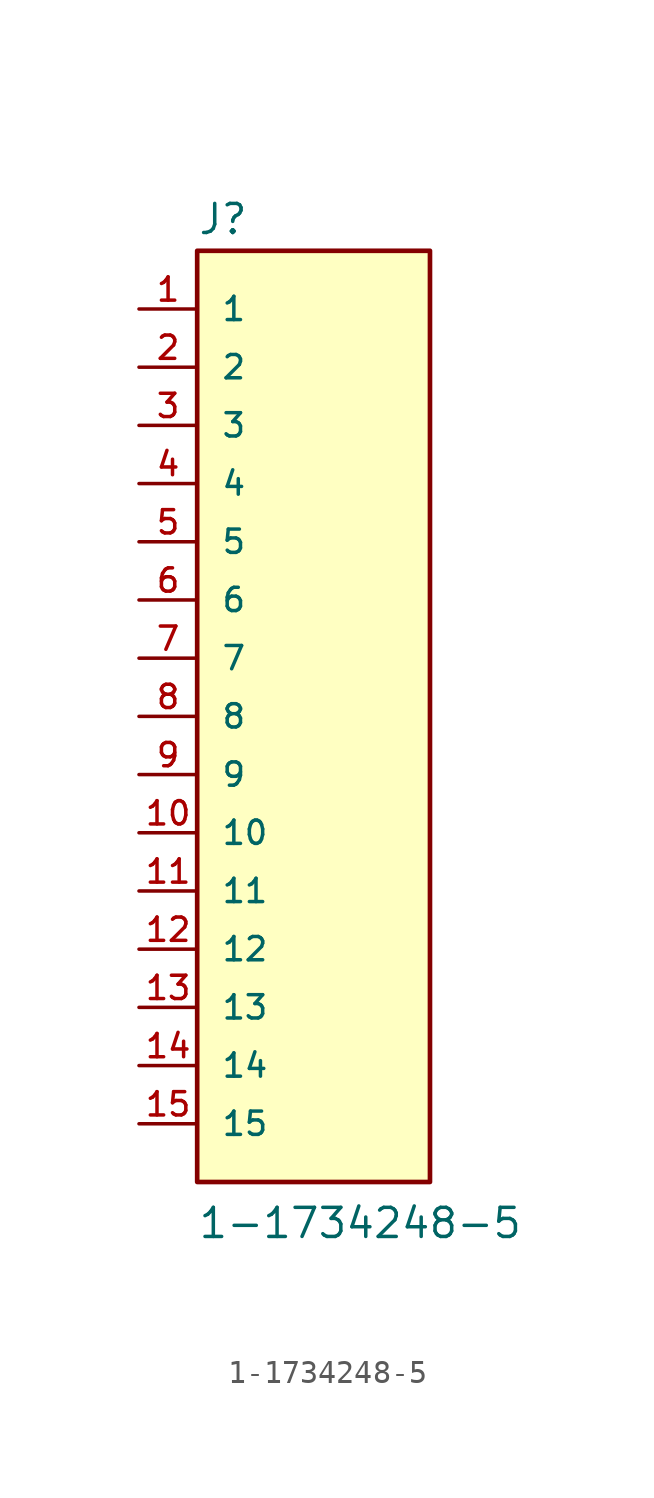
<source format=kicad_sym>
(kicad_symbol_lib
  (version 20241209)
  (generator "kicad_symbol_editor")
  (generator_version "9.0")
  (symbol "1-1734248-5"
    (pin_names
      (offset 1.016))
    (property "Reference" "J"
      (at -5.08 20.955 0)
      (effects (font (size 1.27 1.27)) (justify left bottom)))
    (property "Value" "1-1734248-5"
      (at -5.08 -22.86 0)
      (effects (font (size 1.27 1.27)) (justify left bottom)))
    (symbol "1-1734248-5_0_0"
      (rectangle (start -5.08 -20.32) (end 5.08 20.32) (stroke (width 0.203) (type default)) (fill (type background)))
      (pin passive line (at -7.62 17.78 0) (length 2.54) (name "1" (effects (font (size 1.016 1.016)))) (number "1" (effects (font (size 1.016 1.016)))))
      (pin passive line (at -7.62 17.78 0) (length 2.54) (hide yes) (name "1" (effects (font (size 1.016 1.016)))) (number "1_1" (effects (font (size 1.016 1.016)))))
      (pin passive line (at -7.62 15.24 0) (length 2.54) (name "2" (effects (font (size 1.016 1.016)))) (number "2" (effects (font (size 1.016 1.016)))))
      (pin passive line (at -7.62 15.24 0) (length 2.54) (hide yes) (name "2" (effects (font (size 1.016 1.016)))) (number "2_1" (effects (font (size 1.016 1.016)))))
      (pin passive line (at -7.62 12.7 0) (length 2.54) (name "3" (effects (font (size 1.016 1.016)))) (number "3" (effects (font (size 1.016 1.016)))))
      (pin passive line (at -7.62 12.7 0) (length 2.54) (hide yes) (name "3" (effects (font (size 1.016 1.016)))) (number "3_1" (effects (font (size 1.016 1.016)))))
      (pin passive line (at -7.62 10.16 0) (length 2.54) (name "4" (effects (font (size 1.016 1.016)))) (number "4" (effects (font (size 1.016 1.016)))))
      (pin passive line (at -7.62 10.16 0) (length 2.54) (hide yes) (name "4" (effects (font (size 1.016 1.016)))) (number "4_1" (effects (font (size 1.016 1.016)))))
      (pin passive line (at -7.62 7.62 0) (length 2.54) (name "5" (effects (font (size 1.016 1.016)))) (number "5" (effects (font (size 1.016 1.016)))))
      (pin passive line (at -7.62 7.62 0) (length 2.54) (hide yes) (name "5" (effects (font (size 1.016 1.016)))) (number "5_1" (effects (font (size 1.016 1.016)))))
      (pin passive line (at -7.62 5.08 0) (length 2.54) (name "6" (effects (font (size 1.016 1.016)))) (number "6" (effects (font (size 1.016 1.016)))))
      (pin passive line (at -7.62 5.08 0) (length 2.54) (hide yes) (name "6" (effects (font (size 1.016 1.016)))) (number "6_1" (effects (font (size 1.016 1.016)))))
      (pin passive line (at -7.62 2.54 0) (length 2.54) (name "7" (effects (font (size 1.016 1.016)))) (number "7" (effects (font (size 1.016 1.016)))))
      (pin passive line (at -7.62 2.54 0) (length 2.54) (hide yes) (name "7" (effects (font (size 1.016 1.016)))) (number "7_1" (effects (font (size 1.016 1.016)))))
      (pin passive line (at -7.62 0 0) (length 2.54) (name "8" (effects (font (size 1.016 1.016)))) (number "8" (effects (font (size 1.016 1.016)))))
      (pin passive line (at -7.62 0 0) (length 2.54) (hide yes) (name "8" (effects (font (size 1.016 1.016)))) (number "8_1" (effects (font (size 1.016 1.016)))))
      (pin passive line (at -7.62 -2.54 0) (length 2.54) (name "9" (effects (font (size 1.016 1.016)))) (number "9" (effects (font (size 1.016 1.016)))))
      (pin passive line (at -7.62 -2.54 0) (length 2.54) (hide yes) (name "9" (effects (font (size 1.016 1.016)))) (number "9_1" (effects (font (size 1.016 1.016)))))
      (pin passive line (at -7.62 -5.08 0) (length 2.54) (name "10" (effects (font (size 1.016 1.016)))) (number "10" (effects (font (size 1.016 1.016)))))
      (pin passive line (at -7.62 -5.08 0) (length 2.54) (hide yes) (name "10" (effects (font (size 1.016 1.016)))) (number "10_1" (effects (font (size 1.016 1.016)))))
      (pin passive line (at -7.62 -7.62 0) (length 2.54) (name "11" (effects (font (size 1.016 1.016)))) (number "11" (effects (font (size 1.016 1.016)))))
      (pin passive line (at -7.62 -7.62 0) (length 2.54) (hide yes) (name "11" (effects (font (size 1.016 1.016)))) (number "11_1" (effects (font (size 1.016 1.016)))))
      (pin passive line (at -7.62 -10.16 0) (length 2.54) (name "12" (effects (font (size 1.016 1.016)))) (number "12" (effects (font (size 1.016 1.016)))))
      (pin passive line (at -7.62 -10.16 0) (length 2.54) (hide yes) (name "12" (effects (font (size 1.016 1.016)))) (number "12_1" (effects (font (size 1.016 1.016)))))
      (pin passive line (at -7.62 -12.7 0) (length 2.54) (name "13" (effects (font (size 1.016 1.016)))) (number "13" (effects (font (size 1.016 1.016)))))
      (pin passive line (at -7.62 -12.7 0) (length 2.54) (hide yes) (name "13" (effects (font (size 1.016 1.016)))) (number "13_1" (effects (font (size 1.016 1.016)))))
      (pin passive line (at -7.62 -15.24 0) (length 2.54) (name "14" (effects (font (size 1.016 1.016)))) (number "14" (effects (font (size 1.016 1.016)))))
      (pin passive line (at -7.62 -15.24 0) (length 2.54) (hide yes) (name "14" (effects (font (size 1.016 1.016)))) (number "14_1" (effects (font (size 1.016 1.016)))))
      (pin passive line (at -7.62 -17.78 0) (length 2.54) (name "15" (effects (font (size 1.016 1.016)))) (number "15" (effects (font (size 1.016 1.016)))))
      (pin passive line (at -7.62 -17.78 0) (length 2.54) (hide yes) (name "15" (effects (font (size 1.016 1.016)))) (number "15_1" (effects (font (size 1.016 1.016))))))))
</source>
